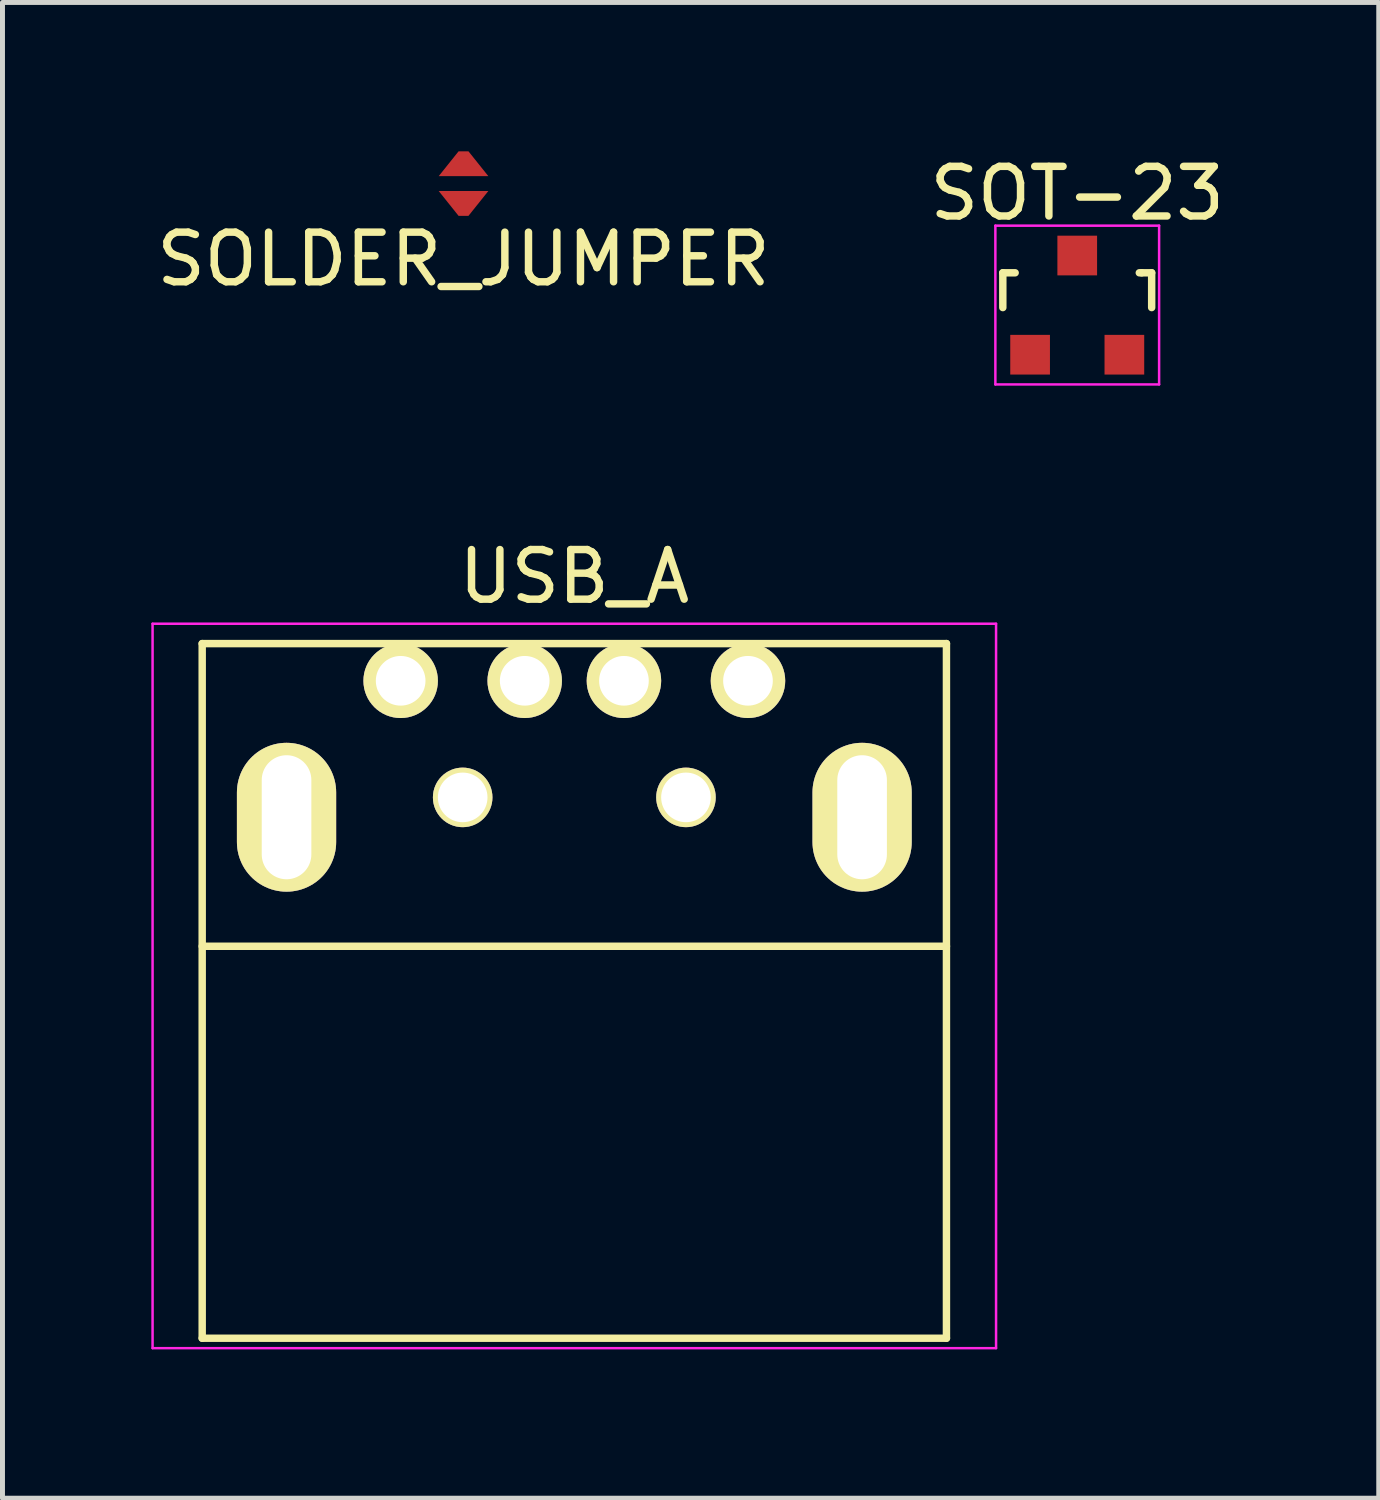
<source format=kicad_pcb>
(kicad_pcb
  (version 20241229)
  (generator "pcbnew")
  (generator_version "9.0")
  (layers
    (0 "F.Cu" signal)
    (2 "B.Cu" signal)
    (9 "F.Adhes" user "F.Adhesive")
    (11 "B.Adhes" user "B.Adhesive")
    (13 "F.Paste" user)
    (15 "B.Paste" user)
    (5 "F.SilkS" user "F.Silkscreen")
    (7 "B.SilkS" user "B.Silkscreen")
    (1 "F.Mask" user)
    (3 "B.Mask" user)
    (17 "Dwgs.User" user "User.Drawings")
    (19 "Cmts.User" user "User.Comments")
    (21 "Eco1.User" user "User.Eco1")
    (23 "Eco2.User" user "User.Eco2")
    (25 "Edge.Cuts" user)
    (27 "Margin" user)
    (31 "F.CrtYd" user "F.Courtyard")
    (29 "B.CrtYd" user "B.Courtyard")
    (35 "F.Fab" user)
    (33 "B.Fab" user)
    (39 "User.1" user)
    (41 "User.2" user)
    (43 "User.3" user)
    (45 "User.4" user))
  (footprint "SOLDER_JUMPER"
    (layer "F.Cu")
    (at 6.292 0.65)
    (property "Reference" "SOLDER_JUMPER" (at 0 1.524 0) (layer "F.SilkS") (effects (font (size 1 1) (thickness 0.15))))
    (attr through_hole)
    (pad "1" smd trapezoid (at 0 -0.4) (size 0.6 0.5) (rect_delta 0 0.4) (layers "F.Cu" "F.Mask" "F.Paste"))
    (pad "2" smd trapezoid (at 0 0.4 180) (size 0.6 0.5) (rect_delta 0 0.4) (layers "F.Cu" "F.Mask" "F.Paste")))
  (footprint "SOT-23"
    (layer "F.Cu")
    (at 18.661 3.098)
    (property "Reference" "SOT-23" (at 0 -2.25 0) (layer "F.SilkS") (effects (font (size 1 1) (thickness 0.15))))
    (attr smd)
    (fp_line (start -1.5 -0.65) (end -1.251 -0.65) (stroke (width 0.15) (type solid)) (layer "F.SilkS"))
    (fp_line (start -1.5 0.051) (end -1.5 -0.65) (stroke (width 0.15) (type solid)) (layer "F.SilkS"))
    (fp_line (start 1.299 -0.65) (end 1.251 -0.65) (stroke (width 0.15) (type solid)) (layer "F.SilkS"))
    (fp_line (start 1.299 -0.65) (end 1.5 -0.65) (stroke (width 0.15) (type solid)) (layer "F.SilkS"))
    (fp_line (start 1.5 -0.65) (end 1.5 0.051) (stroke (width 0.15) (type solid)) (layer "F.SilkS"))
    (fp_line (start -1.65 -1.6) (end 1.65 -1.6) (stroke (width 0.05) (type solid)) (layer "F.CrtYd"))
    (fp_line (start -1.65 1.6) (end -1.65 -1.6) (stroke (width 0.05) (type solid)) (layer "F.CrtYd"))
    (fp_line (start 1.65 -1.6) (end 1.65 1.6) (stroke (width 0.05) (type solid)) (layer "F.CrtYd"))
    (fp_line (start 1.65 1.6) (end -1.65 1.6) (stroke (width 0.05) (type solid)) (layer "F.CrtYd"))
    (pad "1" smd rect (at 0.95 1.001) (size 0.8 0.8) (layers "F.Cu" "F.Mask" "F.Paste"))
    (pad "2" smd rect (at -0.95 1.001) (size 0.8 0.8) (layers "F.Cu" "F.Mask" "F.Paste"))
    (pad "3" smd rect (at 0 -0.998) (size 0.8 0.8) (layers "F.Cu" "F.Mask" "F.Paste")))
  (footprint "USB_A"
    (layer "F.Cu")
    (at 8.525 10.921)
    (property "Reference" "USB_A" (at 0 -2.35 0) (layer "F.SilkS") (effects (font (size 1 1) (thickness 0.15))))
    (attr through_hole)
    (fp_line (start -7.5 5.1) (end 7.5 5.1) (stroke (width 0.15) (type solid)) (layer "F.SilkS"))
    (fp_line (start -7.5 13) (end -7.5 -1) (stroke (width 0.15) (type solid)) (layer "F.SilkS"))
    (fp_line (start 7.5 -1) (end -7.5 -1) (stroke (width 0.15) (type solid)) (layer "F.SilkS"))
    (fp_line (start 7.5 -1) (end 7.5 13) (stroke (width 0.15) (type solid)) (layer "F.SilkS"))
    (fp_line (start 7.5 13) (end -7.5 13) (stroke (width 0.15) (type solid)) (layer "F.SilkS"))
    (fp_line (start -8.5 -1.4) (end 8.5 -1.4) (stroke (width 0.05) (type solid)) (layer "F.CrtYd"))
    (fp_line (start -8.5 13.2) (end -8.5 -1.4) (stroke (width 0.05) (type solid)) (layer "F.CrtYd"))
    (fp_line (start -8.5 13.2) (end 8.5 13.2) (stroke (width 0.05) (type solid)) (layer "F.CrtYd"))
    (fp_line (start 8.5 -1.4) (end 8.5 13.2) (stroke (width 0.05) (type solid)) (layer "F.CrtYd"))
    (pad "1" thru_hole circle (at 3.5 -0.25 270) (size 1.501 1.501) (drill 1.001) (layers "*.Cu" "*.Mask" "F.SilkS"))
    (pad "2" thru_hole circle (at 1 -0.25 270) (size 1.501 1.501) (drill 1.001) (layers "*.Cu" "*.Mask" "F.SilkS"))
    (pad "3" thru_hole circle (at -1 -0.25 270) (size 1.501 1.501) (drill 1.001) (layers "*.Cu" "*.Mask" "F.SilkS"))
    (pad "4" thru_hole circle (at -3.5 -0.25 270) (size 1.501 1.501) (drill 1.001) (layers "*.Cu" "*.Mask" "F.SilkS"))
    (pad "5" thru_hole oval (at -5.8 2.5 270) (size 3 2) (drill oval 2.5 1) (layers "*.Cu" "*.Mask" "F.SilkS"))
    (pad "5" thru_hole circle (at -2.25 2.1) (size 1.2 1.2) (drill 1) (layers "*.Cu" "*.Mask" "F.SilkS"))
    (pad "5" thru_hole circle (at 2.25 2.1) (size 1.2 1.2) (drill 1) (layers "*.Cu" "*.Mask" "F.SilkS"))
    (pad "5" thru_hole oval (at 5.8 2.5 270) (size 3 2) (drill oval 2.5 1) (layers "*.Cu" "*.Mask" "F.SilkS")))
  (gr_rect
    (start -3 -3)
    (end 24.738 27.146)
    (stroke (width 0.1) (type default))
    (fill no)
    (layer "Edge.Cuts")))
</source>
